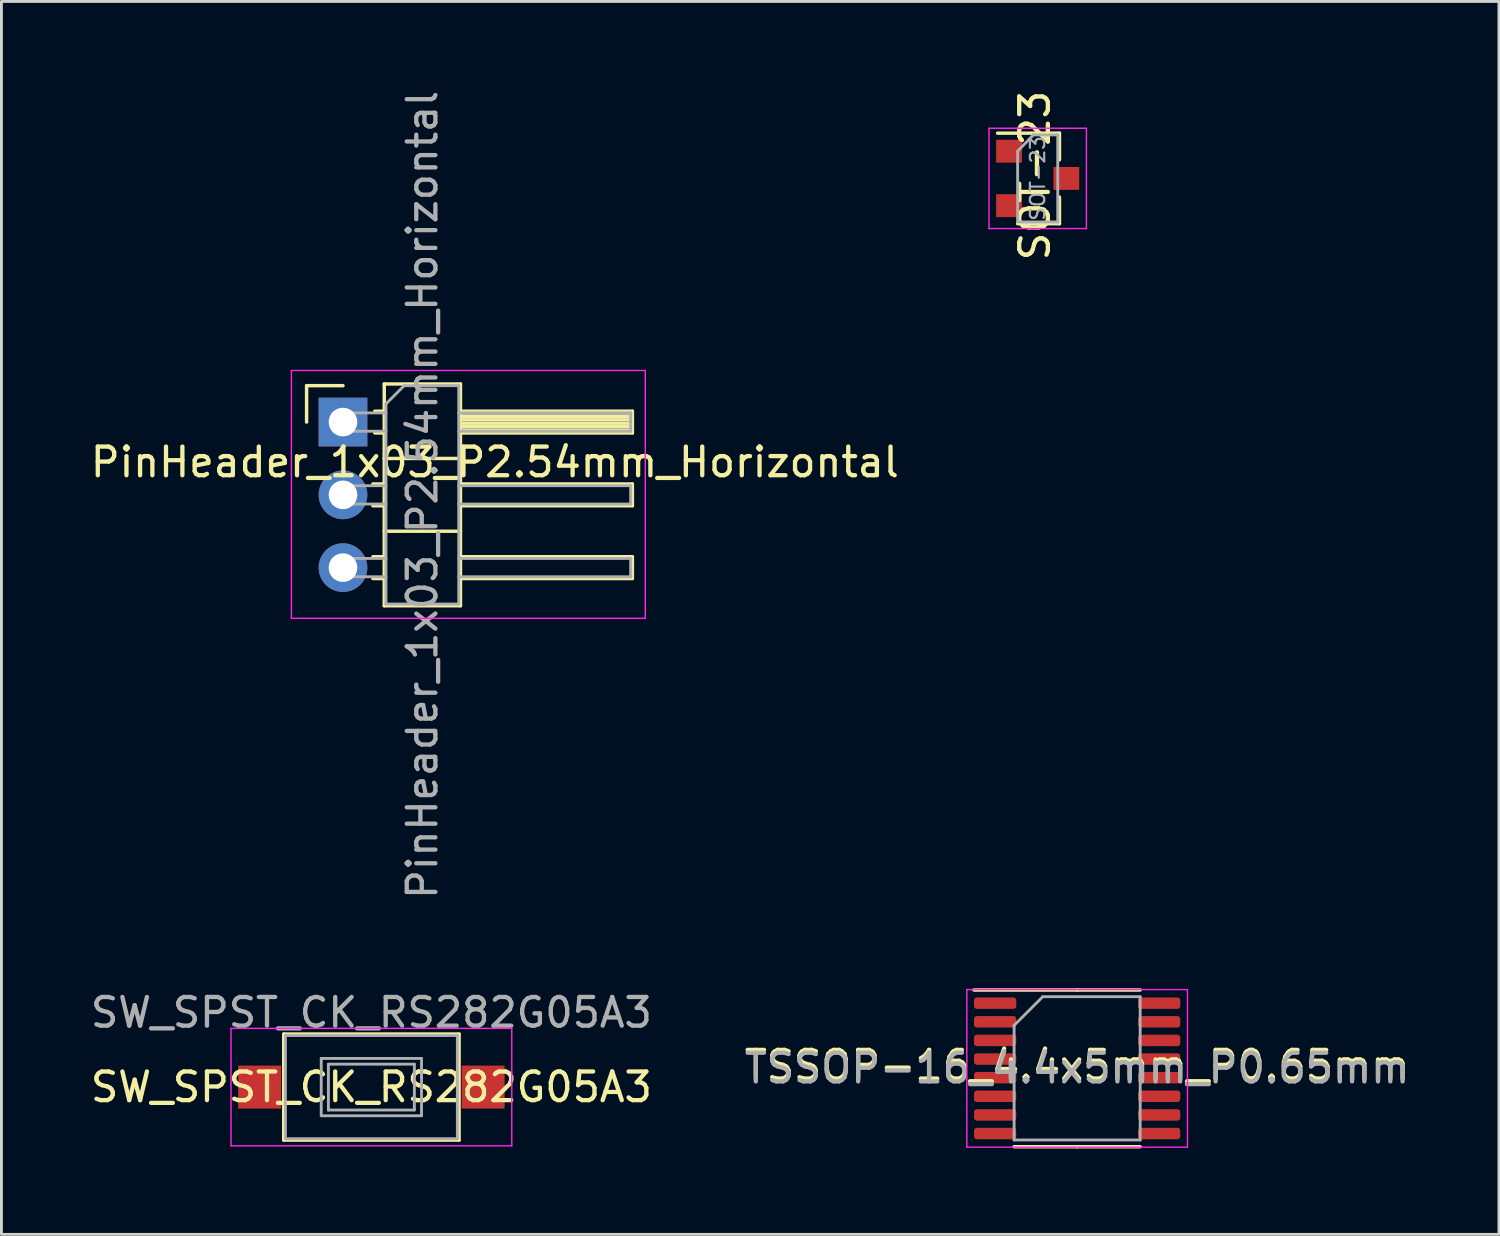
<source format=kicad_pcb>
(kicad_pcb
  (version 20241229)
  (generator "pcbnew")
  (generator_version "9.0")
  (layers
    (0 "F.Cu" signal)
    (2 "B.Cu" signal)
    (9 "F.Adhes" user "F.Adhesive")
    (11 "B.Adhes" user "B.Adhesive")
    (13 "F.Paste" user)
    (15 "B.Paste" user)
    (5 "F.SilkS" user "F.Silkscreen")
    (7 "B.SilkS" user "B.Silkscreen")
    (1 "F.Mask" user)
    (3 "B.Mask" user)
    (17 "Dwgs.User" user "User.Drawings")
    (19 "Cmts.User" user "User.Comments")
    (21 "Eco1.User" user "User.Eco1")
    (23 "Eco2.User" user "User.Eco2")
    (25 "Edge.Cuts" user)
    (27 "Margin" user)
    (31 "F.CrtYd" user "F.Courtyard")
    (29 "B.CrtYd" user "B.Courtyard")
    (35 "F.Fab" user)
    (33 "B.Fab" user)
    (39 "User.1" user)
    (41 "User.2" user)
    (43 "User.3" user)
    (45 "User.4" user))
  (footprint "TSSOP-16_4.4x5mm_P0.65mm"
    (layer "F.Cu")
    (at 34.542 34.235)
    (property "Reference" "TSSOP-16_4.4x5mm_P0.65mm" (at 0 -0.1 0) (layer "F.SilkS") (effects (font (size 1 1) (thickness 0.15))))
    (attr smd)
    (fp_line (start 0 -2.735) (end -3.6 -2.735) (stroke (width 0.12) (type solid)) (layer "F.SilkS"))
    (fp_line (start 0 -2.735) (end 2.2 -2.735) (stroke (width 0.12) (type solid)) (layer "F.SilkS"))
    (fp_line (start 0 2.735) (end -2.2 2.735) (stroke (width 0.12) (type solid)) (layer "F.SilkS"))
    (fp_line (start 0 2.735) (end 2.2 2.735) (stroke (width 0.12) (type solid)) (layer "F.SilkS"))
    (fp_line (start -3.85 -2.75) (end -3.85 2.75) (stroke (width 0.05) (type solid)) (layer "F.CrtYd"))
    (fp_line (start -3.85 2.75) (end 3.85 2.75) (stroke (width 0.05) (type solid)) (layer "F.CrtYd"))
    (fp_line (start 3.85 -2.75) (end -3.85 -2.75) (stroke (width 0.05) (type solid)) (layer "F.CrtYd"))
    (fp_line (start 3.85 2.75) (end 3.85 -2.75) (stroke (width 0.05) (type solid)) (layer "F.CrtYd"))
    (fp_line (start -2.2 -1.5) (end -1.2 -2.5) (stroke (width 0.1) (type solid)) (layer "F.Fab"))
    (fp_line (start -2.2 2.5) (end -2.2 -1.5) (stroke (width 0.1) (type solid)) (layer "F.Fab"))
    (fp_line (start -1.2 -2.5) (end 2.2 -2.5) (stroke (width 0.1) (type solid)) (layer "F.Fab"))
    (fp_line (start 2.2 -2.5) (end 2.2 2.5) (stroke (width 0.1) (type solid)) (layer "F.Fab"))
    (fp_line (start 2.2 2.5) (end -2.2 2.5) (stroke (width 0.1) (type solid)) (layer "F.Fab"))
    (fp_text user "${REFERENCE}" (at 0 0 0) (layer "F.Fab") (effects (font (size 1 1) (thickness 0.15))))
    (pad "1" smd roundrect (at -2.862 -2.275 180) (size 1.475 0.4) (layers "F.Cu" "F.Mask" "F.Paste") (roundrect_rratio 0.25))
    (pad "2" smd roundrect (at -2.862 -1.625 180) (size 1.475 0.4) (layers "F.Cu" "F.Mask" "F.Paste") (roundrect_rratio 0.25))
    (pad "3" smd roundrect (at -2.862 -0.975 180) (size 1.475 0.4) (layers "F.Cu" "F.Mask" "F.Paste") (roundrect_rratio 0.25))
    (pad "4" smd roundrect (at -2.862 -0.325 180) (size 1.475 0.4) (layers "F.Cu" "F.Mask" "F.Paste") (roundrect_rratio 0.25))
    (pad "5" smd roundrect (at -2.862 0.325 180) (size 1.475 0.4) (layers "F.Cu" "F.Mask" "F.Paste") (roundrect_rratio 0.25))
    (pad "6" smd roundrect (at -2.862 0.975 180) (size 1.475 0.4) (layers "F.Cu" "F.Mask" "F.Paste") (roundrect_rratio 0.25))
    (pad "7" smd roundrect (at -2.862 1.625 180) (size 1.475 0.4) (layers "F.Cu" "F.Mask" "F.Paste") (roundrect_rratio 0.25))
    (pad "8" smd roundrect (at -2.862 2.275 180) (size 1.475 0.4) (layers "F.Cu" "F.Mask" "F.Paste") (roundrect_rratio 0.25))
    (pad "9" smd roundrect (at 2.862 2.275 180) (size 1.475 0.4) (layers "F.Cu" "F.Mask" "F.Paste") (roundrect_rratio 0.25))
    (pad "10" smd roundrect (at 2.862 1.625 180) (size 1.475 0.4) (layers "F.Cu" "F.Mask" "F.Paste") (roundrect_rratio 0.25))
    (pad "11" smd roundrect (at 2.862 0.975 180) (size 1.475 0.4) (layers "F.Cu" "F.Mask" "F.Paste") (roundrect_rratio 0.25))
    (pad "12" smd roundrect (at 2.862 0.325 180) (size 1.475 0.4) (layers "F.Cu" "F.Mask" "F.Paste") (roundrect_rratio 0.25))
    (pad "13" smd roundrect (at 2.862 -0.325 180) (size 1.475 0.4) (layers "F.Cu" "F.Mask" "F.Paste") (roundrect_rratio 0.25))
    (pad "14" smd roundrect (at 2.862 -0.975 180) (size 1.475 0.4) (layers "F.Cu" "F.Mask" "F.Paste") (roundrect_rratio 0.25))
    (pad "15" smd roundrect (at 2.862 -1.625 180) (size 1.475 0.4) (layers "F.Cu" "F.Mask" "F.Paste") (roundrect_rratio 0.25))
    (pad "16" smd roundrect (at 2.862 -2.275 180) (size 1.475 0.4) (layers "F.Cu" "F.Mask" "F.Paste") (roundrect_rratio 0.25)))
  (footprint "SOT-23"
    (layer "F.Cu")
    (at 33.165 3.177)
    (property "Reference" "SOT-23" (at -0.1 -0.1 90) (layer "F.SilkS") (effects (font (size 1 1) (thickness 0.15))))
    (attr smd)
    (fp_line (start 0.76 -1.58) (end -1.4 -1.58) (stroke (width 0.12) (type solid)) (layer "F.SilkS"))
    (fp_line (start 0.76 -1.58) (end 0.76 -0.65) (stroke (width 0.12) (type solid)) (layer "F.SilkS"))
    (fp_line (start 0.76 1.58) (end -0.7 1.58) (stroke (width 0.12) (type solid)) (layer "F.SilkS"))
    (fp_line (start 0.76 1.58) (end 0.76 0.65) (stroke (width 0.12) (type solid)) (layer "F.SilkS"))
    (fp_line (start -1.7 -1.75) (end 1.7 -1.75) (stroke (width 0.05) (type solid)) (layer "F.CrtYd"))
    (fp_line (start -1.7 1.75) (end -1.7 -1.75) (stroke (width 0.05) (type solid)) (layer "F.CrtYd"))
    (fp_line (start 1.7 -1.75) (end 1.7 1.75) (stroke (width 0.05) (type solid)) (layer "F.CrtYd"))
    (fp_line (start 1.7 1.75) (end -1.7 1.75) (stroke (width 0.05) (type solid)) (layer "F.CrtYd"))
    (fp_line (start -0.7 -0.95) (end -0.7 1.5) (stroke (width 0.1) (type solid)) (layer "F.Fab"))
    (fp_line (start -0.7 -0.95) (end -0.15 -1.52) (stroke (width 0.1) (type solid)) (layer "F.Fab"))
    (fp_line (start -0.7 1.52) (end 0.7 1.52) (stroke (width 0.1) (type solid)) (layer "F.Fab"))
    (fp_line (start -0.15 -1.52) (end 0.7 -1.52) (stroke (width 0.1) (type solid)) (layer "F.Fab"))
    (fp_line (start 0.7 -1.52) (end 0.7 1.52) (stroke (width 0.1) (type solid)) (layer "F.Fab"))
    (fp_text user "${REFERENCE}" (at 0 0 90) (layer "F.Fab") (effects (font (size 0.5 0.5) (thickness 0.075))))
    (pad "1" smd rect (at -1 -0.95 180) (size 0.9 0.8) (layers "F.Cu" "F.Mask" "F.Paste"))
    (pad "2" smd rect (at -1 0.95 180) (size 0.9 0.8) (layers "F.Cu" "F.Mask" "F.Paste"))
    (pad "3" smd rect (at 1 0 180) (size 0.9 0.8) (layers "F.Cu" "F.Mask" "F.Paste")))
  (footprint "SW_SPST_CK_RS282G05A3"
    (layer "F.Cu")
    (at 9.911 34.889)
    (property "Reference" "SW_SPST_CK_RS282G05A3" (at 0 0 180) (layer "F.SilkS") (effects (font (size 1 1) (thickness 0.15))))
    (attr smd)
    (fp_line (start -3.06 -1.85) (end 3.06 -1.85) (stroke (width 0.12) (type solid)) (layer "F.SilkS"))
    (fp_line (start -3.06 1.85) (end -3.06 -1.85) (stroke (width 0.12) (type solid)) (layer "F.SilkS"))
    (fp_line (start 3.06 -1.85) (end 3.06 1.85) (stroke (width 0.12) (type solid)) (layer "F.SilkS"))
    (fp_line (start 3.06 1.85) (end -3.06 1.85) (stroke (width 0.12) (type solid)) (layer "F.SilkS"))
    (fp_line (start -4.9 -2.05) (end 4.9 -2.05) (stroke (width 0.05) (type solid)) (layer "F.CrtYd"))
    (fp_line (start -4.9 2.05) (end -4.9 -2.05) (stroke (width 0.05) (type solid)) (layer "F.CrtYd"))
    (fp_line (start 4.9 -2.05) (end 4.9 2.05) (stroke (width 0.05) (type solid)) (layer "F.CrtYd"))
    (fp_line (start 4.9 2.05) (end -4.9 2.05) (stroke (width 0.05) (type solid)) (layer "F.CrtYd"))
    (fp_line (start -3 -1.8) (end -3 1.8) (stroke (width 0.1) (type solid)) (layer "F.Fab"))
    (fp_line (start -3 -1.8) (end 3 -1.8) (stroke (width 0.1) (type solid)) (layer "F.Fab"))
    (fp_line (start -3 1.8) (end 3 1.8) (stroke (width 0.1) (type solid)) (layer "F.Fab"))
    (fp_line (start -1.75 -1) (end 1.75 -1) (stroke (width 0.1) (type solid)) (layer "F.Fab"))
    (fp_line (start -1.75 1) (end -1.75 -1) (stroke (width 0.1) (type solid)) (layer "F.Fab"))
    (fp_line (start -1.5 -0.8) (end -1.5 0.8) (stroke (width 0.1) (type solid)) (layer "F.Fab"))
    (fp_line (start -1.5 -0.8) (end 1.5 -0.8) (stroke (width 0.1) (type solid)) (layer "F.Fab"))
    (fp_line (start -1.5 0.8) (end 1.5 0.8) (stroke (width 0.1) (type solid)) (layer "F.Fab"))
    (fp_line (start 1.5 -0.8) (end 1.5 0.8) (stroke (width 0.1) (type solid)) (layer "F.Fab"))
    (fp_line (start 1.75 -1) (end 1.75 1) (stroke (width 0.1) (type solid)) (layer "F.Fab"))
    (fp_line (start 1.75 1) (end -1.75 1) (stroke (width 0.1) (type solid)) (layer "F.Fab"))
    (fp_line (start 3 -1.8) (end 3 1.8) (stroke (width 0.1) (type solid)) (layer "F.Fab"))
    (fp_text user "${REFERENCE}" (at 0 -2.6 180) (layer "F.Fab") (effects (font (size 1 1) (thickness 0.15))))
    (pad "1" smd rect (at -3.9 0) (size 1.5 1.5) (layers "F.Cu" "F.Mask" "F.Paste"))
    (pad "2" smd rect (at 3.9 0) (size 1.5 1.5) (layers "F.Cu" "F.Mask" "F.Paste")))
  (footprint "PinHeader_1x03_P2.54mm_Horizontal"
    (layer "F.Cu")
    (at 8.92 11.68)
    (property "Reference" "PinHeader_1x03_P2.54mm_Horizontal" (at 5.3 1.4 0) (layer "F.SilkS") (effects (font (size 1 1) (thickness 0.15))))
    (attr through_hole)
    (fp_line (start -1.27 -1.27) (end 0 -1.27) (stroke (width 0.12) (type solid)) (layer "F.SilkS"))
    (fp_line (start -1.27 0) (end -1.27 -1.27) (stroke (width 0.12) (type solid)) (layer "F.SilkS"))
    (fp_line (start 1.043 2.16) (end 1.44 2.16) (stroke (width 0.12) (type solid)) (layer "F.SilkS"))
    (fp_line (start 1.043 2.92) (end 1.44 2.92) (stroke (width 0.12) (type solid)) (layer "F.SilkS"))
    (fp_line (start 1.043 4.7) (end 1.44 4.7) (stroke (width 0.12) (type solid)) (layer "F.SilkS"))
    (fp_line (start 1.043 5.46) (end 1.44 5.46) (stroke (width 0.12) (type solid)) (layer "F.SilkS"))
    (fp_line (start 1.11 -0.38) (end 1.44 -0.38) (stroke (width 0.12) (type solid)) (layer "F.SilkS"))
    (fp_line (start 1.11 0.38) (end 1.44 0.38) (stroke (width 0.12) (type solid)) (layer "F.SilkS"))
    (fp_line (start 1.44 -1.33) (end 1.44 6.41) (stroke (width 0.12) (type solid)) (layer "F.SilkS"))
    (fp_line (start 1.44 1.27) (end 4.1 1.27) (stroke (width 0.12) (type solid)) (layer "F.SilkS"))
    (fp_line (start 1.44 3.81) (end 4.1 3.81) (stroke (width 0.12) (type solid)) (layer "F.SilkS"))
    (fp_line (start 1.44 6.41) (end 4.1 6.41) (stroke (width 0.12) (type solid)) (layer "F.SilkS"))
    (fp_line (start 4.1 -1.33) (end 1.44 -1.33) (stroke (width 0.12) (type solid)) (layer "F.SilkS"))
    (fp_line (start 4.1 -0.38) (end 10.1 -0.38) (stroke (width 0.12) (type solid)) (layer "F.SilkS"))
    (fp_line (start 4.1 -0.32) (end 10.1 -0.32) (stroke (width 0.12) (type solid)) (layer "F.SilkS"))
    (fp_line (start 4.1 -0.2) (end 10.1 -0.2) (stroke (width 0.12) (type solid)) (layer "F.SilkS"))
    (fp_line (start 4.1 -0.08) (end 10.1 -0.08) (stroke (width 0.12) (type solid)) (layer "F.SilkS"))
    (fp_line (start 4.1 0.04) (end 10.1 0.04) (stroke (width 0.12) (type solid)) (layer "F.SilkS"))
    (fp_line (start 4.1 0.16) (end 10.1 0.16) (stroke (width 0.12) (type solid)) (layer "F.SilkS"))
    (fp_line (start 4.1 0.28) (end 10.1 0.28) (stroke (width 0.12) (type solid)) (layer "F.SilkS"))
    (fp_line (start 4.1 2.16) (end 10.1 2.16) (stroke (width 0.12) (type solid)) (layer "F.SilkS"))
    (fp_line (start 4.1 4.7) (end 10.1 4.7) (stroke (width 0.12) (type solid)) (layer "F.SilkS"))
    (fp_line (start 4.1 6.41) (end 4.1 -1.33) (stroke (width 0.12) (type solid)) (layer "F.SilkS"))
    (fp_line (start 10.1 -0.38) (end 10.1 0.38) (stroke (width 0.12) (type solid)) (layer "F.SilkS"))
    (fp_line (start 10.1 0.38) (end 4.1 0.38) (stroke (width 0.12) (type solid)) (layer "F.SilkS"))
    (fp_line (start 10.1 2.16) (end 10.1 2.92) (stroke (width 0.12) (type solid)) (layer "F.SilkS"))
    (fp_line (start 10.1 2.92) (end 4.1 2.92) (stroke (width 0.12) (type solid)) (layer "F.SilkS"))
    (fp_line (start 10.1 4.7) (end 10.1 5.46) (stroke (width 0.12) (type solid)) (layer "F.SilkS"))
    (fp_line (start 10.1 5.46) (end 4.1 5.46) (stroke (width 0.12) (type solid)) (layer "F.SilkS"))
    (fp_line (start -1.8 -1.8) (end -1.8 6.85) (stroke (width 0.05) (type solid)) (layer "F.CrtYd"))
    (fp_line (start -1.8 6.85) (end 10.55 6.85) (stroke (width 0.05) (type solid)) (layer "F.CrtYd"))
    (fp_line (start 10.55 -1.8) (end -1.8 -1.8) (stroke (width 0.05) (type solid)) (layer "F.CrtYd"))
    (fp_line (start 10.55 6.85) (end 10.55 -1.8) (stroke (width 0.05) (type solid)) (layer "F.CrtYd"))
    (fp_line (start -0.32 -0.32) (end -0.32 0.32) (stroke (width 0.1) (type solid)) (layer "F.Fab"))
    (fp_line (start -0.32 -0.32) (end 1.5 -0.32) (stroke (width 0.1) (type solid)) (layer "F.Fab"))
    (fp_line (start -0.32 0.32) (end 1.5 0.32) (stroke (width 0.1) (type solid)) (layer "F.Fab"))
    (fp_line (start -0.32 2.22) (end -0.32 2.86) (stroke (width 0.1) (type solid)) (layer "F.Fab"))
    (fp_line (start -0.32 2.22) (end 1.5 2.22) (stroke (width 0.1) (type solid)) (layer "F.Fab"))
    (fp_line (start -0.32 2.86) (end 1.5 2.86) (stroke (width 0.1) (type solid)) (layer "F.Fab"))
    (fp_line (start -0.32 4.76) (end -0.32 5.4) (stroke (width 0.1) (type solid)) (layer "F.Fab"))
    (fp_line (start -0.32 4.76) (end 1.5 4.76) (stroke (width 0.1) (type solid)) (layer "F.Fab"))
    (fp_line (start -0.32 5.4) (end 1.5 5.4) (stroke (width 0.1) (type solid)) (layer "F.Fab"))
    (fp_line (start 1.5 -0.635) (end 2.135 -1.27) (stroke (width 0.1) (type solid)) (layer "F.Fab"))
    (fp_line (start 1.5 6.35) (end 1.5 -0.635) (stroke (width 0.1) (type solid)) (layer "F.Fab"))
    (fp_line (start 2.135 -1.27) (end 4.04 -1.27) (stroke (width 0.1) (type solid)) (layer "F.Fab"))
    (fp_line (start 4.04 -1.27) (end 4.04 6.35) (stroke (width 0.1) (type solid)) (layer "F.Fab"))
    (fp_line (start 4.04 -0.32) (end 10.04 -0.32) (stroke (width 0.1) (type solid)) (layer "F.Fab"))
    (fp_line (start 4.04 0.32) (end 10.04 0.32) (stroke (width 0.1) (type solid)) (layer "F.Fab"))
    (fp_line (start 4.04 2.22) (end 10.04 2.22) (stroke (width 0.1) (type solid)) (layer "F.Fab"))
    (fp_line (start 4.04 2.86) (end 10.04 2.86) (stroke (width 0.1) (type solid)) (layer "F.Fab"))
    (fp_line (start 4.04 4.76) (end 10.04 4.76) (stroke (width 0.1) (type solid)) (layer "F.Fab"))
    (fp_line (start 4.04 5.4) (end 10.04 5.4) (stroke (width 0.1) (type solid)) (layer "F.Fab"))
    (fp_line (start 4.04 6.35) (end 1.5 6.35) (stroke (width 0.1) (type solid)) (layer "F.Fab"))
    (fp_line (start 10.04 -0.32) (end 10.04 0.32) (stroke (width 0.1) (type solid)) (layer "F.Fab"))
    (fp_line (start 10.04 2.22) (end 10.04 2.86) (stroke (width 0.1) (type solid)) (layer "F.Fab"))
    (fp_line (start 10.04 4.76) (end 10.04 5.4) (stroke (width 0.1) (type solid)) (layer "F.Fab"))
    (fp_text user "${REFERENCE}" (at 2.77 2.54 90) (layer "F.Fab") (effects (font (size 1 1) (thickness 0.15))))
    (pad "1" thru_hole rect (at 0 0) (size 1.7 1.7) (drill 1) (layers "*.Cu" "*.Mask"))
    (pad "2" thru_hole oval (at 0 2.54) (size 1.7 1.7) (drill 1) (layers "*.Cu" "*.Mask"))
    (pad "3" thru_hole oval (at 0 5.08) (size 1.7 1.7) (drill 1) (layers "*.Cu" "*.Mask")))
  (gr_rect
    (start -3 -3)
    (end 49.262 40.03)
    (stroke (width 0.1) (type default))
    (fill no)
    (layer "Edge.Cuts")))
</source>
